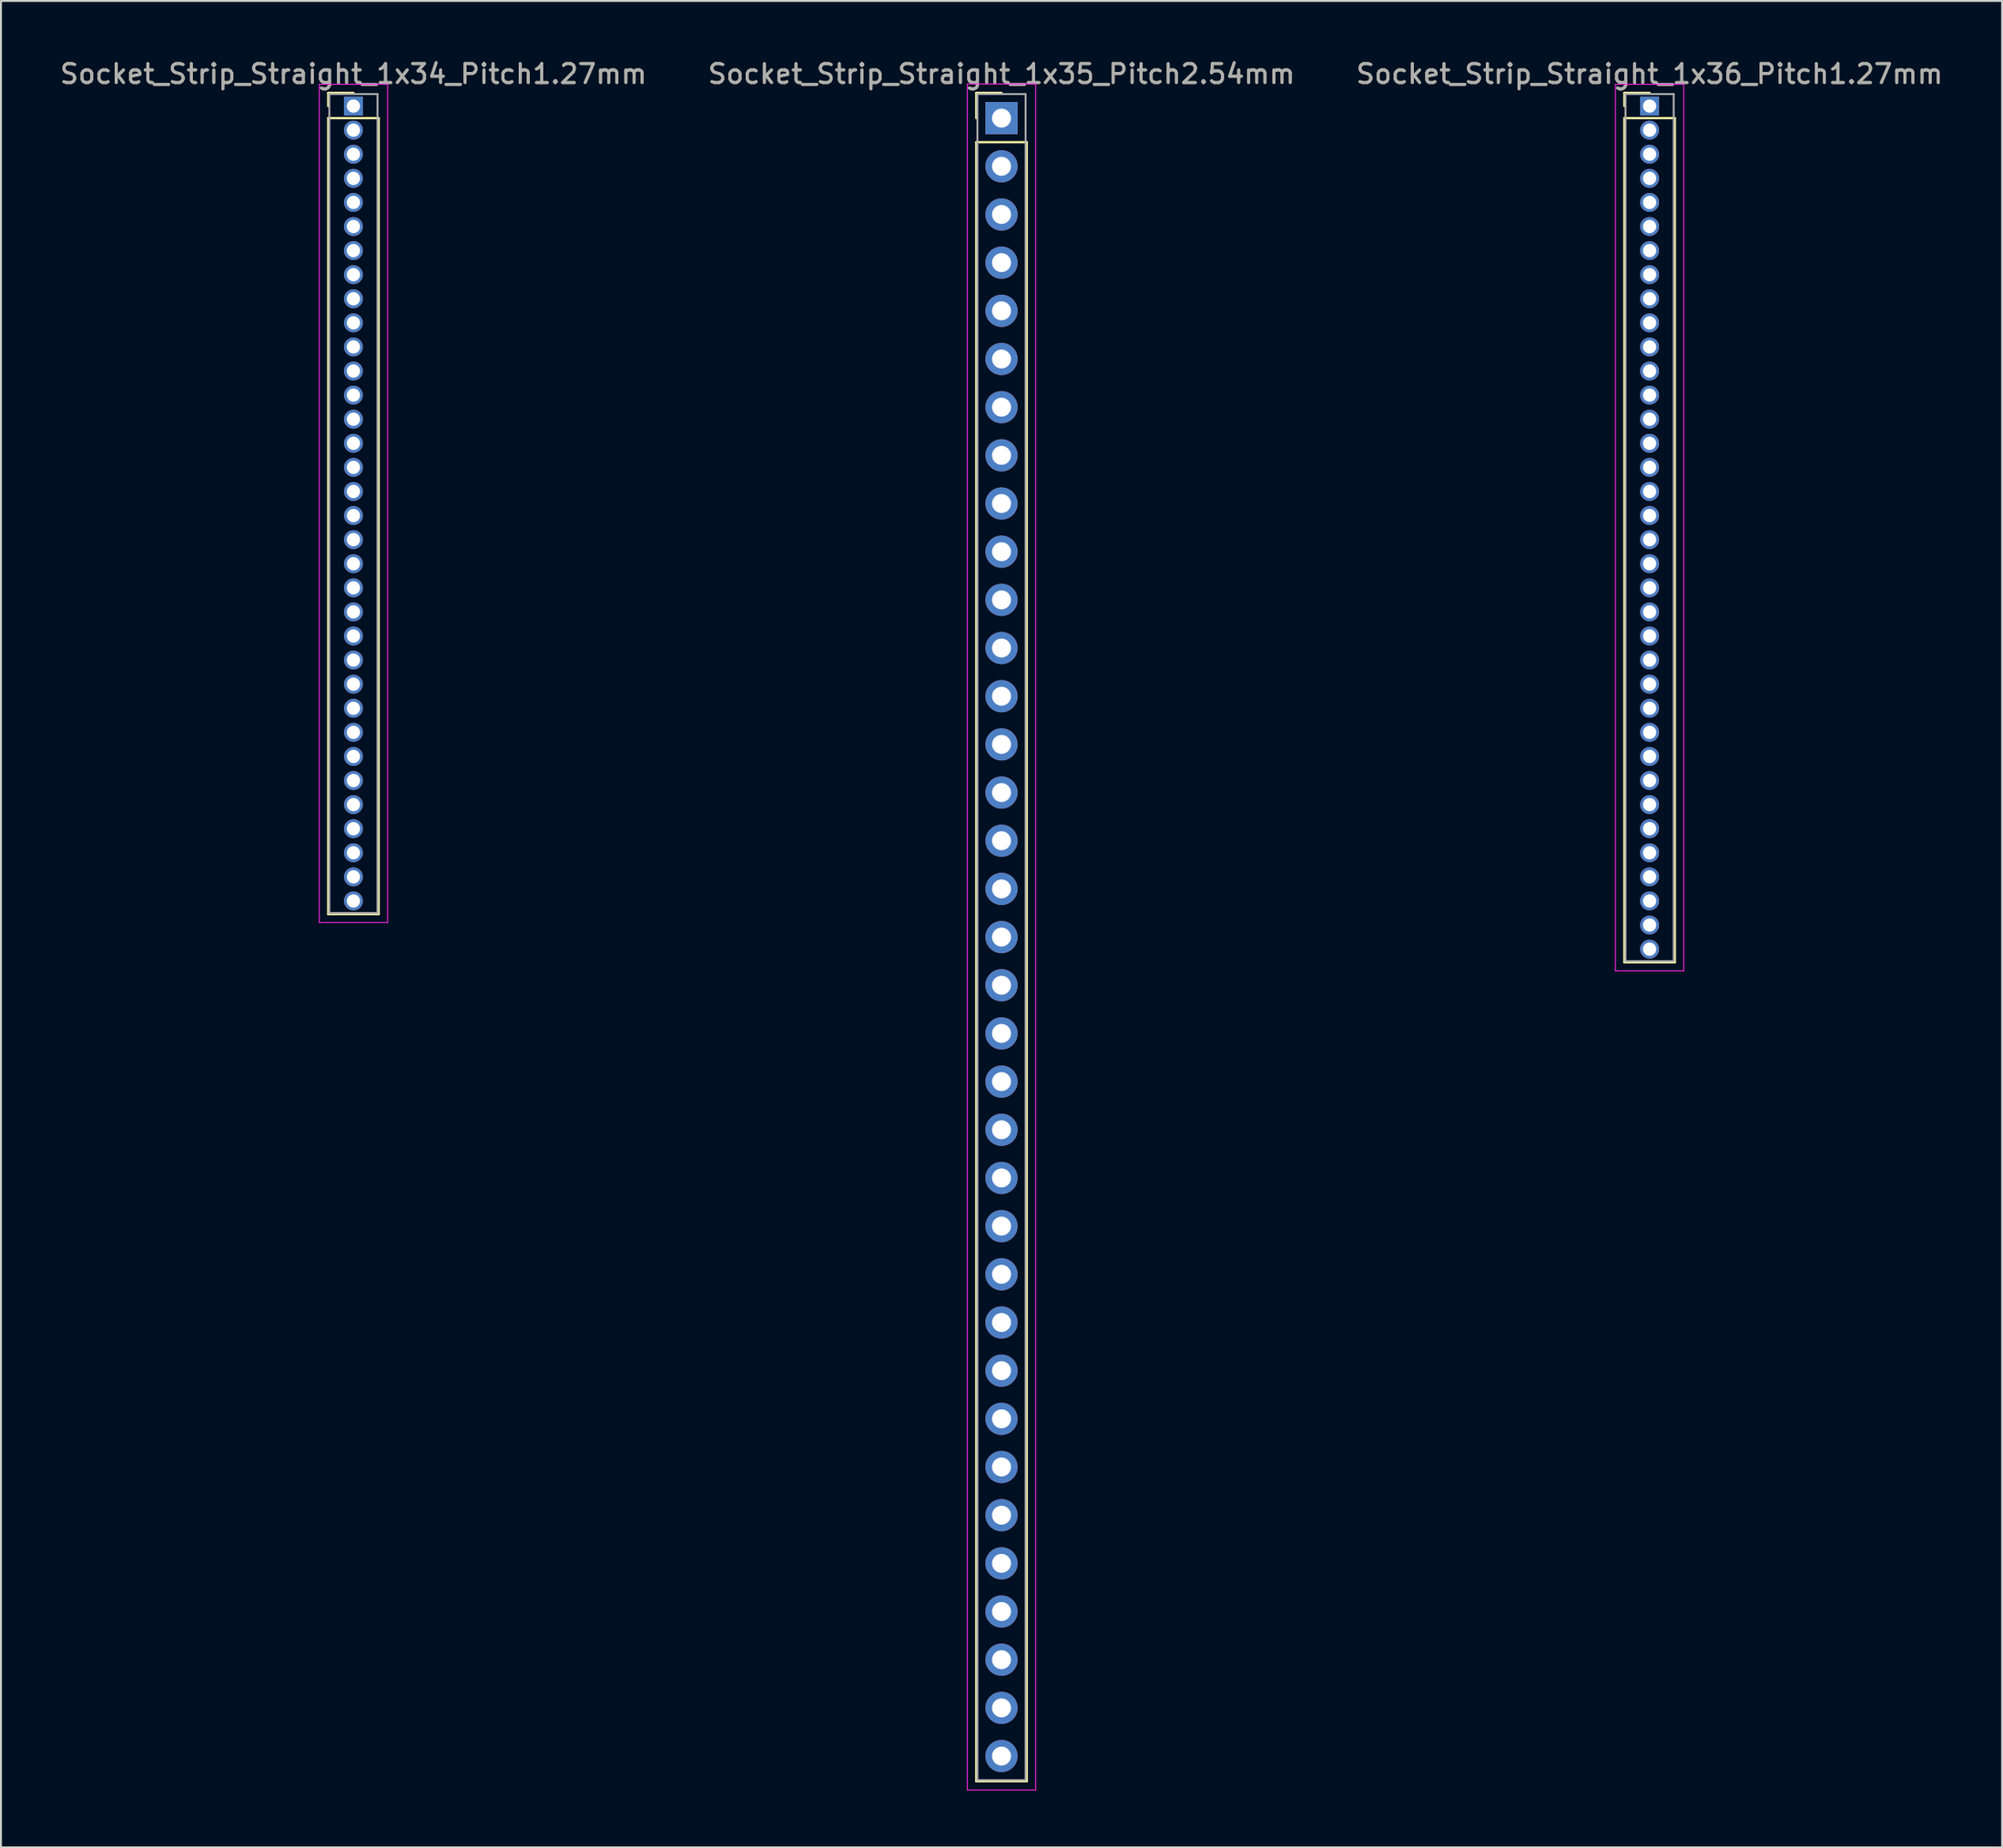
<source format=kicad_pcb>
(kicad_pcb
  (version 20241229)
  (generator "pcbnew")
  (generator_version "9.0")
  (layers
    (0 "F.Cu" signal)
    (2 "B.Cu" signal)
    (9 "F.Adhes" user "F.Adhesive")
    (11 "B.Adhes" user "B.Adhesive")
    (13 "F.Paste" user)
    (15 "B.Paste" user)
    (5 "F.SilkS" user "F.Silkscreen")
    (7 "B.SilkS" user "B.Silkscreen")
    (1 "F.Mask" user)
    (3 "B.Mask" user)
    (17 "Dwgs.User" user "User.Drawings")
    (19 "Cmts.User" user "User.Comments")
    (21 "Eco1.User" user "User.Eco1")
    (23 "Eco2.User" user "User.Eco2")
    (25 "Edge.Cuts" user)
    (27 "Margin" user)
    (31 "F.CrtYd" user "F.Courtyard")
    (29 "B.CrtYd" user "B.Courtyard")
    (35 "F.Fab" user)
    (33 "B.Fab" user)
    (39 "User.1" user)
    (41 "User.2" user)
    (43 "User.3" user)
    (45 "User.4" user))
  (footprint "Socket_Strip_Straight_1x35_Pitch2.54mm"
    (layer "F.Cu")
    (at 49.732 3.178)
    (property "Reference" "Socket_Strip_Straight_1x35_Pitch2.54mm" (at 0 -2.33 0) (layer "F.SilkS") (effects (font (size 1 1) (thickness 0.15))))
    (attr through_hole)
    (fp_line (start -1.33 -1.33) (end 0 -1.33) (stroke (width 0.12) (type solid)) (layer "F.SilkS"))
    (fp_line (start -1.33 0) (end -1.33 -1.33) (stroke (width 0.12) (type solid)) (layer "F.SilkS"))
    (fp_line (start -1.33 1.27) (end -1.33 87.69) (stroke (width 0.12) (type solid)) (layer "F.SilkS"))
    (fp_line (start -1.33 87.69) (end 1.33 87.69) (stroke (width 0.12) (type solid)) (layer "F.SilkS"))
    (fp_line (start 1.33 1.27) (end -1.33 1.27) (stroke (width 0.12) (type solid)) (layer "F.SilkS"))
    (fp_line (start 1.33 87.69) (end 1.33 1.27) (stroke (width 0.12) (type solid)) (layer "F.SilkS"))
    (fp_line (start -1.8 -1.8) (end -1.8 88.15) (stroke (width 0.05) (type solid)) (layer "F.CrtYd"))
    (fp_line (start -1.8 88.15) (end 1.8 88.15) (stroke (width 0.05) (type solid)) (layer "F.CrtYd"))
    (fp_line (start 1.8 -1.8) (end -1.8 -1.8) (stroke (width 0.05) (type solid)) (layer "F.CrtYd"))
    (fp_line (start 1.8 88.15) (end 1.8 -1.8) (stroke (width 0.05) (type solid)) (layer "F.CrtYd"))
    (fp_line (start -1.27 -1.27) (end -1.27 87.63) (stroke (width 0.1) (type solid)) (layer "F.Fab"))
    (fp_line (start -1.27 87.63) (end 1.27 87.63) (stroke (width 0.1) (type solid)) (layer "F.Fab"))
    (fp_line (start 1.27 -1.27) (end -1.27 -1.27) (stroke (width 0.1) (type solid)) (layer "F.Fab"))
    (fp_line (start 1.27 87.63) (end 1.27 -1.27) (stroke (width 0.1) (type solid)) (layer "F.Fab"))
    (fp_text user "${REFERENCE}" (at 0 -2.33 0) (layer "F.Fab") (effects (font (size 1 1) (thickness 0.15))))
    (pad "1" thru_hole rect (at 0 0) (size 1.7 1.7) (drill 1) (layers "*.Cu" "*.Mask"))
    (pad "2" thru_hole oval (at 0 2.54) (size 1.7 1.7) (drill 1) (layers "*.Cu" "*.Mask"))
    (pad "3" thru_hole oval (at 0 5.08) (size 1.7 1.7) (drill 1) (layers "*.Cu" "*.Mask"))
    (pad "4" thru_hole oval (at 0 7.62) (size 1.7 1.7) (drill 1) (layers "*.Cu" "*.Mask"))
    (pad "5" thru_hole oval (at 0 10.16) (size 1.7 1.7) (drill 1) (layers "*.Cu" "*.Mask"))
    (pad "6" thru_hole oval (at 0 12.7) (size 1.7 1.7) (drill 1) (layers "*.Cu" "*.Mask"))
    (pad "7" thru_hole oval (at 0 15.24) (size 1.7 1.7) (drill 1) (layers "*.Cu" "*.Mask"))
    (pad "8" thru_hole oval (at 0 17.78) (size 1.7 1.7) (drill 1) (layers "*.Cu" "*.Mask"))
    (pad "9" thru_hole oval (at 0 20.32) (size 1.7 1.7) (drill 1) (layers "*.Cu" "*.Mask"))
    (pad "10" thru_hole oval (at 0 22.86) (size 1.7 1.7) (drill 1) (layers "*.Cu" "*.Mask"))
    (pad "11" thru_hole oval (at 0 25.4) (size 1.7 1.7) (drill 1) (layers "*.Cu" "*.Mask"))
    (pad "12" thru_hole oval (at 0 27.94) (size 1.7 1.7) (drill 1) (layers "*.Cu" "*.Mask"))
    (pad "13" thru_hole oval (at 0 30.48) (size 1.7 1.7) (drill 1) (layers "*.Cu" "*.Mask"))
    (pad "14" thru_hole oval (at 0 33.02) (size 1.7 1.7) (drill 1) (layers "*.Cu" "*.Mask"))
    (pad "15" thru_hole oval (at 0 35.56) (size 1.7 1.7) (drill 1) (layers "*.Cu" "*.Mask"))
    (pad "16" thru_hole oval (at 0 38.1) (size 1.7 1.7) (drill 1) (layers "*.Cu" "*.Mask"))
    (pad "17" thru_hole oval (at 0 40.64) (size 1.7 1.7) (drill 1) (layers "*.Cu" "*.Mask"))
    (pad "18" thru_hole oval (at 0 43.18) (size 1.7 1.7) (drill 1) (layers "*.Cu" "*.Mask"))
    (pad "19" thru_hole oval (at 0 45.72) (size 1.7 1.7) (drill 1) (layers "*.Cu" "*.Mask"))
    (pad "20" thru_hole oval (at 0 48.26) (size 1.7 1.7) (drill 1) (layers "*.Cu" "*.Mask"))
    (pad "21" thru_hole oval (at 0 50.8) (size 1.7 1.7) (drill 1) (layers "*.Cu" "*.Mask"))
    (pad "22" thru_hole oval (at 0 53.34) (size 1.7 1.7) (drill 1) (layers "*.Cu" "*.Mask"))
    (pad "23" thru_hole oval (at 0 55.88) (size 1.7 1.7) (drill 1) (layers "*.Cu" "*.Mask"))
    (pad "24" thru_hole oval (at 0 58.42) (size 1.7 1.7) (drill 1) (layers "*.Cu" "*.Mask"))
    (pad "25" thru_hole oval (at 0 60.96) (size 1.7 1.7) (drill 1) (layers "*.Cu" "*.Mask"))
    (pad "26" thru_hole oval (at 0 63.5) (size 1.7 1.7) (drill 1) (layers "*.Cu" "*.Mask"))
    (pad "27" thru_hole oval (at 0 66.04) (size 1.7 1.7) (drill 1) (layers "*.Cu" "*.Mask"))
    (pad "28" thru_hole oval (at 0 68.58) (size 1.7 1.7) (drill 1) (layers "*.Cu" "*.Mask"))
    (pad "29" thru_hole oval (at 0 71.12) (size 1.7 1.7) (drill 1) (layers "*.Cu" "*.Mask"))
    (pad "30" thru_hole oval (at 0 73.66) (size 1.7 1.7) (drill 1) (layers "*.Cu" "*.Mask"))
    (pad "31" thru_hole oval (at 0 76.2) (size 1.7 1.7) (drill 1) (layers "*.Cu" "*.Mask"))
    (pad "32" thru_hole oval (at 0 78.74) (size 1.7 1.7) (drill 1) (layers "*.Cu" "*.Mask"))
    (pad "33" thru_hole oval (at 0 81.28) (size 1.7 1.7) (drill 1) (layers "*.Cu" "*.Mask"))
    (pad "34" thru_hole oval (at 0 83.82) (size 1.7 1.7) (drill 1) (layers "*.Cu" "*.Mask"))
    (pad "35" thru_hole oval (at 0 86.36) (size 1.7 1.7) (drill 1) (layers "*.Cu" "*.Mask")))
  (footprint "Socket_Strip_Straight_1x36_Pitch1.27mm"
    (layer "F.Cu")
    (at 83.887 2.543)
    (property "Reference" "Socket_Strip_Straight_1x36_Pitch1.27mm" (at 0 -1.695 0) (layer "F.SilkS") (effects (font (size 1 1) (thickness 0.15))))
    (attr through_hole)
    (fp_line (start -1.33 -0.695) (end 0 -0.695) (stroke (width 0.12) (type solid)) (layer "F.SilkS"))
    (fp_line (start -1.33 0) (end -1.33 -0.695) (stroke (width 0.12) (type solid)) (layer "F.SilkS"))
    (fp_line (start -1.33 0.635) (end -1.33 45.145) (stroke (width 0.12) (type solid)) (layer "F.SilkS"))
    (fp_line (start -1.33 45.145) (end 1.33 45.145) (stroke (width 0.12) (type solid)) (layer "F.SilkS"))
    (fp_line (start 1.33 0.635) (end -1.33 0.635) (stroke (width 0.12) (type solid)) (layer "F.SilkS"))
    (fp_line (start 1.33 45.145) (end 1.33 0.635) (stroke (width 0.12) (type solid)) (layer "F.SilkS"))
    (fp_line (start -1.8 -1.15) (end -1.8 45.6) (stroke (width 0.05) (type solid)) (layer "F.CrtYd"))
    (fp_line (start -1.8 45.6) (end 1.8 45.6) (stroke (width 0.05) (type solid)) (layer "F.CrtYd"))
    (fp_line (start 1.8 -1.15) (end -1.8 -1.15) (stroke (width 0.05) (type solid)) (layer "F.CrtYd"))
    (fp_line (start 1.8 45.6) (end 1.8 -1.15) (stroke (width 0.05) (type solid)) (layer "F.CrtYd"))
    (fp_line (start -1.27 -0.635) (end -1.27 45.085) (stroke (width 0.1) (type solid)) (layer "F.Fab"))
    (fp_line (start -1.27 45.085) (end 1.27 45.085) (stroke (width 0.1) (type solid)) (layer "F.Fab"))
    (fp_line (start 1.27 -0.635) (end -1.27 -0.635) (stroke (width 0.1) (type solid)) (layer "F.Fab"))
    (fp_line (start 1.27 45.085) (end 1.27 -0.635) (stroke (width 0.1) (type solid)) (layer "F.Fab"))
    (fp_text user "${REFERENCE}" (at 0 -1.695 0) (layer "F.Fab") (effects (font (size 1 1) (thickness 0.15))))
    (pad "1" thru_hole rect (at 0 0) (size 1 1) (drill 0.7) (layers "*.Cu" "*.Mask"))
    (pad "2" thru_hole oval (at 0 1.27) (size 1 1) (drill 0.7) (layers "*.Cu" "*.Mask"))
    (pad "3" thru_hole oval (at 0 2.54) (size 1 1) (drill 0.7) (layers "*.Cu" "*.Mask"))
    (pad "4" thru_hole oval (at 0 3.81) (size 1 1) (drill 0.7) (layers "*.Cu" "*.Mask"))
    (pad "5" thru_hole oval (at 0 5.08) (size 1 1) (drill 0.7) (layers "*.Cu" "*.Mask"))
    (pad "6" thru_hole oval (at 0 6.35) (size 1 1) (drill 0.7) (layers "*.Cu" "*.Mask"))
    (pad "7" thru_hole oval (at 0 7.62) (size 1 1) (drill 0.7) (layers "*.Cu" "*.Mask"))
    (pad "8" thru_hole oval (at 0 8.89) (size 1 1) (drill 0.7) (layers "*.Cu" "*.Mask"))
    (pad "9" thru_hole oval (at 0 10.16) (size 1 1) (drill 0.7) (layers "*.Cu" "*.Mask"))
    (pad "10" thru_hole oval (at 0 11.43) (size 1 1) (drill 0.7) (layers "*.Cu" "*.Mask"))
    (pad "11" thru_hole oval (at 0 12.7) (size 1 1) (drill 0.7) (layers "*.Cu" "*.Mask"))
    (pad "12" thru_hole oval (at 0 13.97) (size 1 1) (drill 0.7) (layers "*.Cu" "*.Mask"))
    (pad "13" thru_hole oval (at 0 15.24) (size 1 1) (drill 0.7) (layers "*.Cu" "*.Mask"))
    (pad "14" thru_hole oval (at 0 16.51) (size 1 1) (drill 0.7) (layers "*.Cu" "*.Mask"))
    (pad "15" thru_hole oval (at 0 17.78) (size 1 1) (drill 0.7) (layers "*.Cu" "*.Mask"))
    (pad "16" thru_hole oval (at 0 19.05) (size 1 1) (drill 0.7) (layers "*.Cu" "*.Mask"))
    (pad "17" thru_hole oval (at 0 20.32) (size 1 1) (drill 0.7) (layers "*.Cu" "*.Mask"))
    (pad "18" thru_hole oval (at 0 21.59) (size 1 1) (drill 0.7) (layers "*.Cu" "*.Mask"))
    (pad "19" thru_hole oval (at 0 22.86) (size 1 1) (drill 0.7) (layers "*.Cu" "*.Mask"))
    (pad "20" thru_hole oval (at 0 24.13) (size 1 1) (drill 0.7) (layers "*.Cu" "*.Mask"))
    (pad "21" thru_hole oval (at 0 25.4) (size 1 1) (drill 0.7) (layers "*.Cu" "*.Mask"))
    (pad "22" thru_hole oval (at 0 26.67) (size 1 1) (drill 0.7) (layers "*.Cu" "*.Mask"))
    (pad "23" thru_hole oval (at 0 27.94) (size 1 1) (drill 0.7) (layers "*.Cu" "*.Mask"))
    (pad "24" thru_hole oval (at 0 29.21) (size 1 1) (drill 0.7) (layers "*.Cu" "*.Mask"))
    (pad "25" thru_hole oval (at 0 30.48) (size 1 1) (drill 0.7) (layers "*.Cu" "*.Mask"))
    (pad "26" thru_hole oval (at 0 31.75) (size 1 1) (drill 0.7) (layers "*.Cu" "*.Mask"))
    (pad "27" thru_hole oval (at 0 33.02) (size 1 1) (drill 0.7) (layers "*.Cu" "*.Mask"))
    (pad "28" thru_hole oval (at 0 34.29) (size 1 1) (drill 0.7) (layers "*.Cu" "*.Mask"))
    (pad "29" thru_hole oval (at 0 35.56) (size 1 1) (drill 0.7) (layers "*.Cu" "*.Mask"))
    (pad "30" thru_hole oval (at 0 36.83) (size 1 1) (drill 0.7) (layers "*.Cu" "*.Mask"))
    (pad "31" thru_hole oval (at 0 38.1) (size 1 1) (drill 0.7) (layers "*.Cu" "*.Mask"))
    (pad "32" thru_hole oval (at 0 39.37) (size 1 1) (drill 0.7) (layers "*.Cu" "*.Mask"))
    (pad "33" thru_hole oval (at 0 40.64) (size 1 1) (drill 0.7) (layers "*.Cu" "*.Mask"))
    (pad "34" thru_hole oval (at 0 41.91) (size 1 1) (drill 0.7) (layers "*.Cu" "*.Mask"))
    (pad "35" thru_hole oval (at 0 43.18) (size 1 1) (drill 0.7) (layers "*.Cu" "*.Mask"))
    (pad "36" thru_hole oval (at 0 44.45) (size 1 1) (drill 0.7) (layers "*.Cu" "*.Mask")))
  (footprint "Socket_Strip_Straight_1x34_Pitch1.27mm"
    (layer "F.Cu")
    (at 15.577 2.543)
    (property "Reference" "Socket_Strip_Straight_1x34_Pitch1.27mm" (at 0 -1.695 0) (layer "F.SilkS") (effects (font (size 1 1) (thickness 0.15))))
    (attr through_hole)
    (fp_line (start -1.33 -0.695) (end 0 -0.695) (stroke (width 0.12) (type solid)) (layer "F.SilkS"))
    (fp_line (start -1.33 0) (end -1.33 -0.695) (stroke (width 0.12) (type solid)) (layer "F.SilkS"))
    (fp_line (start -1.33 0.635) (end -1.33 42.605) (stroke (width 0.12) (type solid)) (layer "F.SilkS"))
    (fp_line (start -1.33 42.605) (end 1.33 42.605) (stroke (width 0.12) (type solid)) (layer "F.SilkS"))
    (fp_line (start 1.33 0.635) (end -1.33 0.635) (stroke (width 0.12) (type solid)) (layer "F.SilkS"))
    (fp_line (start 1.33 42.605) (end 1.33 0.635) (stroke (width 0.12) (type solid)) (layer "F.SilkS"))
    (fp_line (start -1.8 -1.15) (end -1.8 43.05) (stroke (width 0.05) (type solid)) (layer "F.CrtYd"))
    (fp_line (start -1.8 43.05) (end 1.8 43.05) (stroke (width 0.05) (type solid)) (layer "F.CrtYd"))
    (fp_line (start 1.8 -1.15) (end -1.8 -1.15) (stroke (width 0.05) (type solid)) (layer "F.CrtYd"))
    (fp_line (start 1.8 43.05) (end 1.8 -1.15) (stroke (width 0.05) (type solid)) (layer "F.CrtYd"))
    (fp_line (start -1.27 -0.635) (end -1.27 42.545) (stroke (width 0.1) (type solid)) (layer "F.Fab"))
    (fp_line (start -1.27 42.545) (end 1.27 42.545) (stroke (width 0.1) (type solid)) (layer "F.Fab"))
    (fp_line (start 1.27 -0.635) (end -1.27 -0.635) (stroke (width 0.1) (type solid)) (layer "F.Fab"))
    (fp_line (start 1.27 42.545) (end 1.27 -0.635) (stroke (width 0.1) (type solid)) (layer "F.Fab"))
    (fp_text user "${REFERENCE}" (at 0 -1.695 0) (layer "F.Fab") (effects (font (size 1 1) (thickness 0.15))))
    (pad "1" thru_hole rect (at 0 0) (size 1 1) (drill 0.7) (layers "*.Cu" "*.Mask"))
    (pad "2" thru_hole oval (at 0 1.27) (size 1 1) (drill 0.7) (layers "*.Cu" "*.Mask"))
    (pad "3" thru_hole oval (at 0 2.54) (size 1 1) (drill 0.7) (layers "*.Cu" "*.Mask"))
    (pad "4" thru_hole oval (at 0 3.81) (size 1 1) (drill 0.7) (layers "*.Cu" "*.Mask"))
    (pad "5" thru_hole oval (at 0 5.08) (size 1 1) (drill 0.7) (layers "*.Cu" "*.Mask"))
    (pad "6" thru_hole oval (at 0 6.35) (size 1 1) (drill 0.7) (layers "*.Cu" "*.Mask"))
    (pad "7" thru_hole oval (at 0 7.62) (size 1 1) (drill 0.7) (layers "*.Cu" "*.Mask"))
    (pad "8" thru_hole oval (at 0 8.89) (size 1 1) (drill 0.7) (layers "*.Cu" "*.Mask"))
    (pad "9" thru_hole oval (at 0 10.16) (size 1 1) (drill 0.7) (layers "*.Cu" "*.Mask"))
    (pad "10" thru_hole oval (at 0 11.43) (size 1 1) (drill 0.7) (layers "*.Cu" "*.Mask"))
    (pad "11" thru_hole oval (at 0 12.7) (size 1 1) (drill 0.7) (layers "*.Cu" "*.Mask"))
    (pad "12" thru_hole oval (at 0 13.97) (size 1 1) (drill 0.7) (layers "*.Cu" "*.Mask"))
    (pad "13" thru_hole oval (at 0 15.24) (size 1 1) (drill 0.7) (layers "*.Cu" "*.Mask"))
    (pad "14" thru_hole oval (at 0 16.51) (size 1 1) (drill 0.7) (layers "*.Cu" "*.Mask"))
    (pad "15" thru_hole oval (at 0 17.78) (size 1 1) (drill 0.7) (layers "*.Cu" "*.Mask"))
    (pad "16" thru_hole oval (at 0 19.05) (size 1 1) (drill 0.7) (layers "*.Cu" "*.Mask"))
    (pad "17" thru_hole oval (at 0 20.32) (size 1 1) (drill 0.7) (layers "*.Cu" "*.Mask"))
    (pad "18" thru_hole oval (at 0 21.59) (size 1 1) (drill 0.7) (layers "*.Cu" "*.Mask"))
    (pad "19" thru_hole oval (at 0 22.86) (size 1 1) (drill 0.7) (layers "*.Cu" "*.Mask"))
    (pad "20" thru_hole oval (at 0 24.13) (size 1 1) (drill 0.7) (layers "*.Cu" "*.Mask"))
    (pad "21" thru_hole oval (at 0 25.4) (size 1 1) (drill 0.7) (layers "*.Cu" "*.Mask"))
    (pad "22" thru_hole oval (at 0 26.67) (size 1 1) (drill 0.7) (layers "*.Cu" "*.Mask"))
    (pad "23" thru_hole oval (at 0 27.94) (size 1 1) (drill 0.7) (layers "*.Cu" "*.Mask"))
    (pad "24" thru_hole oval (at 0 29.21) (size 1 1) (drill 0.7) (layers "*.Cu" "*.Mask"))
    (pad "25" thru_hole oval (at 0 30.48) (size 1 1) (drill 0.7) (layers "*.Cu" "*.Mask"))
    (pad "26" thru_hole oval (at 0 31.75) (size 1 1) (drill 0.7) (layers "*.Cu" "*.Mask"))
    (pad "27" thru_hole oval (at 0 33.02) (size 1 1) (drill 0.7) (layers "*.Cu" "*.Mask"))
    (pad "28" thru_hole oval (at 0 34.29) (size 1 1) (drill 0.7) (layers "*.Cu" "*.Mask"))
    (pad "29" thru_hole oval (at 0 35.56) (size 1 1) (drill 0.7) (layers "*.Cu" "*.Mask"))
    (pad "30" thru_hole oval (at 0 36.83) (size 1 1) (drill 0.7) (layers "*.Cu" "*.Mask"))
    (pad "31" thru_hole oval (at 0 38.1) (size 1 1) (drill 0.7) (layers "*.Cu" "*.Mask"))
    (pad "32" thru_hole oval (at 0 39.37) (size 1 1) (drill 0.7) (layers "*.Cu" "*.Mask"))
    (pad "33" thru_hole oval (at 0 40.64) (size 1 1) (drill 0.7) (layers "*.Cu" "*.Mask"))
    (pad "34" thru_hole oval (at 0 41.91) (size 1 1) (drill 0.7) (layers "*.Cu" "*.Mask")))
  (gr_rect
    (start -3 -3)
    (end 102.464 94.353)
    (stroke (width 0.1) (type default))
    (fill no)
    (layer "Edge.Cuts")))
</source>
